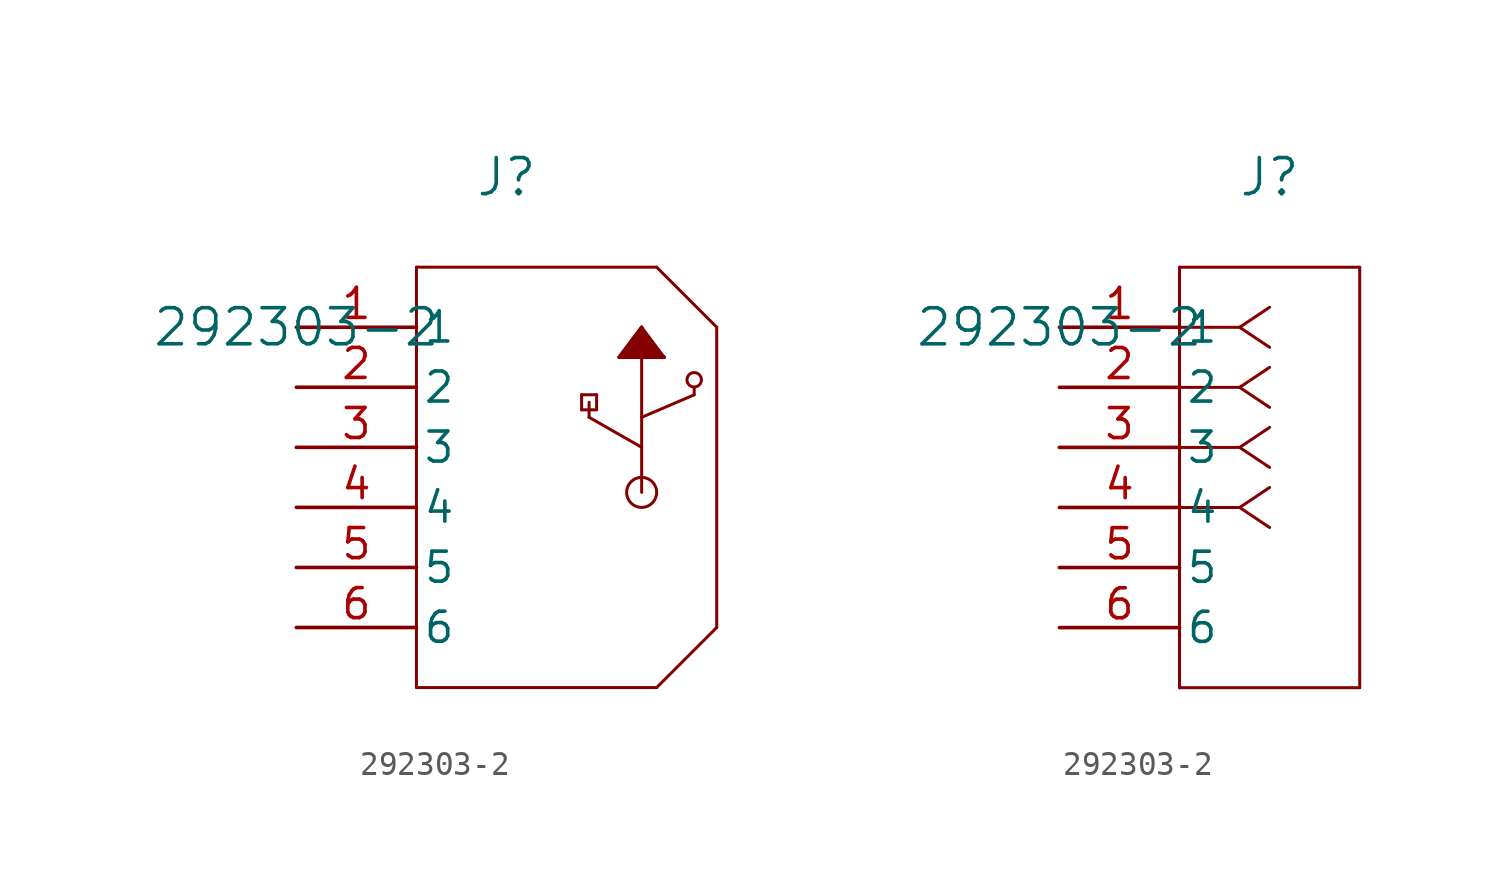
<source format=kicad_sym>
(kicad_symbol_lib
  (version 20211014)
  (generator kicad_symbol_editor)
  (symbol "292303-2"
    (pin_names
      (offset 0.254))
    (property "Reference" "J"
      (at 8.89 6.35 0)
      (effects (font (size 1.524 1.524))))
    (property "Value" "292303-2"
      (at 0 0 0)
      (effects (font (size 1.524 1.524))))
    (symbol "292303-2_1_1"
      (polyline (pts (xy 5.08 2.54) (xy 5.08 -15.24)) (stroke (width 0.127) (type default) (color 0 0 0 0)) (fill (type none)))
      (polyline (pts (xy 5.08 -15.24) (xy 15.24 -15.24)) (stroke (width 0.127) (type default) (color 0 0 0 0)) (fill (type none)))
      (polyline (pts (xy 17.78 -12.7) (xy 17.78 0)) (stroke (width 0.127) (type default) (color 0 0 0 0)) (fill (type none)))
      (polyline (pts (xy 15.24 2.54) (xy 5.08 2.54)) (stroke (width 0.127) (type default) (color 0 0 0 0)) (fill (type none)))
      (circle (center 14.605 -6.985) (radius 0.635) (stroke (width 0.127) (type default) (color 0 0 0 0)) (fill (type none)))
      (circle (center 16.828 -2.223) (radius 0.305) (stroke (width 0.127) (type default) (color 0 0 0 0)) (fill (type none)))
      (polyline (pts (xy 12.065 -2.857) (xy 12.065 -3.493)) (stroke (width 0.127) (type default) (color 0 0 0 0)) (fill (type none)))
      (polyline (pts (xy 12.065 -3.493) (xy 12.7 -3.493)) (stroke (width 0.127) (type default) (color 0 0 0 0)) (fill (type none)))
      (polyline (pts (xy 12.7 -3.493) (xy 12.7 -2.857)) (stroke (width 0.127) (type default) (color 0 0 0 0)) (fill (type none)))
      (polyline (pts (xy 12.7 -2.857) (xy 12.065 -2.857)) (stroke (width 0.127) (type default) (color 0 0 0 0)) (fill (type none)))
      (polyline (pts (xy 14.605 -1.27) (xy 14.605 -6.985)) (stroke (width 0.127) (type default) (color 0 0 0 0)) (fill (type none)))
      (polyline (pts (xy 12.383 -3.175) (xy 12.383 -3.81)) (stroke (width 0.127) (type default) (color 0 0 0 0)) (fill (type none)))
      (polyline (pts (xy 12.383 -3.81) (xy 14.605 -5.08)) (stroke (width 0.127) (type default) (color 0 0 0 0)) (fill (type none)))
      (polyline (pts (xy 16.828 -2.54) (xy 16.828 -2.857)) (stroke (width 0.127) (type default) (color 0 0 0 0)) (fill (type none)))
      (polyline (pts (xy 16.828 -2.857) (xy 14.605 -3.81)) (stroke (width 0.127) (type default) (color 0 0 0 0)) (fill (type none)))
      (polyline (pts (xy 13.652 -1.27) (xy 15.557 -1.27)) (stroke (width 0.127) (type default) (color 0 0 0 0)) (fill (type none)))
      (polyline (pts (xy 14.605 0) (xy 13.652 -1.27)) (stroke (width 0.127) (type default) (color 0 0 0 0)) (fill (type none)))
      (polyline (pts (xy 14.605 0) (xy 15.557 -1.27)) (stroke (width 0.127) (type default) (color 0 0 0 0)) (fill (type none)))
      (polyline (pts (xy 14.605 0) (xy 13.652 -1.27) (xy 15.557 -1.27)) (stroke (width 0) (type default) (color 0 0 0 0)) (fill (type outline)))
      (polyline (pts (xy 15.24 2.54) (xy 17.78 0)) (stroke (width 0.127) (type default) (color 0 0 0 0)) (fill (type none)))
      (polyline (pts (xy 17.78 -12.7) (xy 15.24 -15.24)) (stroke (width 0.127) (type default) (color 0 0 0 0)) (fill (type none)))
      (pin unspecified line (at 0 0 0) (length 5.08) (name "1" (effects (font (size 1.27 1.27)))) (number "1" (effects (font (size 1.27 1.27)))))
      (pin unspecified line (at 0 -2.54 0) (length 5.08) (name "2" (effects (font (size 1.27 1.27)))) (number "2" (effects (font (size 1.27 1.27)))))
      (pin unspecified line (at 0 -5.08 0) (length 5.08) (name "3" (effects (font (size 1.27 1.27)))) (number "3" (effects (font (size 1.27 1.27)))))
      (pin unspecified line (at 0 -7.62 0) (length 5.08) (name "4" (effects (font (size 1.27 1.27)))) (number "4" (effects (font (size 1.27 1.27)))))
      (pin unspecified line (at 0 -10.16 0) (length 5.08) (name "5" (effects (font (size 1.27 1.27)))) (number "5" (effects (font (size 1.27 1.27)))))
      (pin unspecified line (at 0 -12.7 0) (length 5.08) (name "6" (effects (font (size 1.27 1.27)))) (number "6" (effects (font (size 1.27 1.27))))))
    (symbol "292303-2_1_2"
      (polyline (pts (xy 7.62 0) (xy 5.08 0)) (stroke (width 0.127) (type default) (color 0 0 0 0)) (fill (type none)))
      (polyline (pts (xy 7.62 -2.54) (xy 5.08 -2.54)) (stroke (width 0.127) (type default) (color 0 0 0 0)) (fill (type none)))
      (polyline (pts (xy 7.62 -5.08) (xy 5.08 -5.08)) (stroke (width 0.127) (type default) (color 0 0 0 0)) (fill (type none)))
      (polyline (pts (xy 7.62 -7.62) (xy 5.08 -7.62)) (stroke (width 0.127) (type default) (color 0 0 0 0)) (fill (type none)))
      (polyline (pts (xy 7.62 0) (xy 8.89 0.847)) (stroke (width 0.127) (type default) (color 0 0 0 0)) (fill (type none)))
      (polyline (pts (xy 7.62 -2.54) (xy 8.89 -1.693)) (stroke (width 0.127) (type default) (color 0 0 0 0)) (fill (type none)))
      (polyline (pts (xy 7.62 -5.08) (xy 8.89 -4.233)) (stroke (width 0.127) (type default) (color 0 0 0 0)) (fill (type none)))
      (polyline (pts (xy 7.62 -7.62) (xy 8.89 -6.773)) (stroke (width 0.127) (type default) (color 0 0 0 0)) (fill (type none)))
      (polyline (pts (xy 7.62 0) (xy 8.89 -0.847)) (stroke (width 0.127) (type default) (color 0 0 0 0)) (fill (type none)))
      (polyline (pts (xy 7.62 -2.54) (xy 8.89 -3.387)) (stroke (width 0.127) (type default) (color 0 0 0 0)) (fill (type none)))
      (polyline (pts (xy 7.62 -5.08) (xy 8.89 -5.927)) (stroke (width 0.127) (type default) (color 0 0 0 0)) (fill (type none)))
      (polyline (pts (xy 7.62 -7.62) (xy 8.89 -8.467)) (stroke (width 0.127) (type default) (color 0 0 0 0)) (fill (type none)))
      (polyline (pts (xy 5.08 2.54) (xy 5.08 -15.24)) (stroke (width 0.127) (type default) (color 0 0 0 0)) (fill (type none)))
      (polyline (pts (xy 5.08 -15.24) (xy 12.7 -15.24)) (stroke (width 0.127) (type default) (color 0 0 0 0)) (fill (type none)))
      (polyline (pts (xy 12.7 -15.24) (xy 12.7 2.54)) (stroke (width 0.127) (type default) (color 0 0 0 0)) (fill (type none)))
      (polyline (pts (xy 12.7 2.54) (xy 5.08 2.54)) (stroke (width 0.127) (type default) (color 0 0 0 0)) (fill (type none)))
      (pin unspecified line (at 0 0 0) (length 5.08) (name "1" (effects (font (size 1.27 1.27)))) (number "1" (effects (font (size 1.27 1.27)))))
      (pin unspecified line (at 0 -2.54 0) (length 5.08) (name "2" (effects (font (size 1.27 1.27)))) (number "2" (effects (font (size 1.27 1.27)))))
      (pin unspecified line (at 0 -5.08 0) (length 5.08) (name "3" (effects (font (size 1.27 1.27)))) (number "3" (effects (font (size 1.27 1.27)))))
      (pin unspecified line (at 0 -7.62 0) (length 5.08) (name "4" (effects (font (size 1.27 1.27)))) (number "4" (effects (font (size 1.27 1.27)))))
      (pin unspecified line (at 0 -10.16 0) (length 5.08) (name "5" (effects (font (size 1.27 1.27)))) (number "5" (effects (font (size 1.27 1.27)))))
      (pin unspecified line (at 0 -12.7 0) (length 5.08) (name "6" (effects (font (size 1.27 1.27)))) (number "6" (effects (font (size 1.27 1.27))))))))
</source>
